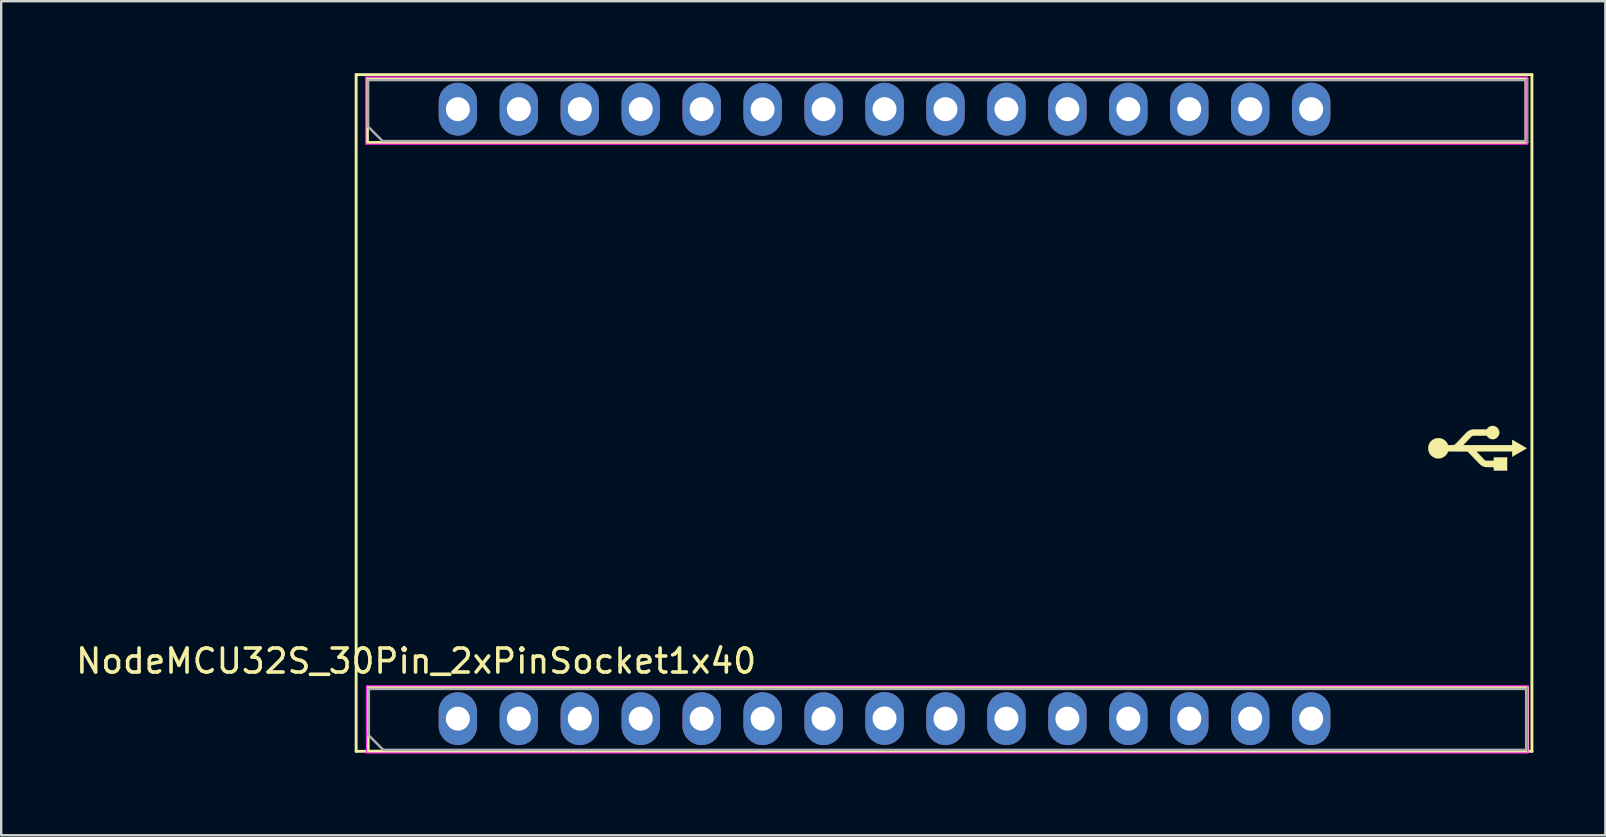
<source format=kicad_pcb>
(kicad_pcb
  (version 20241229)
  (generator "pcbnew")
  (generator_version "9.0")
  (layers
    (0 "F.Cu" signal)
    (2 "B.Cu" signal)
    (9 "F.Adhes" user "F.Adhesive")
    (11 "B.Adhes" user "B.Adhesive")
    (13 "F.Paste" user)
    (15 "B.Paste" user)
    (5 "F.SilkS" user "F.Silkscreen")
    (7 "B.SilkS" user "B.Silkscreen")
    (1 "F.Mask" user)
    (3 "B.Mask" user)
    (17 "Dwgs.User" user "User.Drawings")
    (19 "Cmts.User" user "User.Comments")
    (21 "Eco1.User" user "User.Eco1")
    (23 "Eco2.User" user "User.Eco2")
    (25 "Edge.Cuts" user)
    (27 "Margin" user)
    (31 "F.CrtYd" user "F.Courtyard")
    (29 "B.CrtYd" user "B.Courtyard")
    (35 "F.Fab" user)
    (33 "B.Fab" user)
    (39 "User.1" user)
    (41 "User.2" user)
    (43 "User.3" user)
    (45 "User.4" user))
  (footprint "NodeMCU32S_30Pin_2xPinSocket1x40"
    (layer "F.Cu")
    (at 13.492 26.9)
    (property "Reference" "NodeMCU32S_30Pin_2xPinSocket1x40" (at 0.8 -2.4 180) (layer "F.SilkS") (effects (font (size 1 1) (thickness 0.15))))
    (attr through_hole)
    (fp_line (start -1.7 -26.84) (end 47.3 -26.84) (stroke (width 0.12) (type solid)) (layer "F.SilkS"))
    (fp_line (start -1.7 1.36) (end -1.7 -26.84) (stroke (width 0.12) (type solid)) (layer "F.SilkS"))
    (fp_line (start -1.23 -26.67) (end 47.09 -26.67) (stroke (width 0.12) (type solid)) (layer "F.SilkS"))
    (fp_line (start -1.23 -24.01) (end -1.23 -26.67) (stroke (width 0.12) (type solid)) (layer "F.SilkS"))
    (fp_line (start -1.23 -24.01) (end 47.09 -24.01) (stroke (width 0.12) (type solid)) (layer "F.SilkS"))
    (fp_line (start -1.2 -1.3) (end 47.12 -1.3) (stroke (width 0.12) (type solid)) (layer "F.SilkS"))
    (fp_line (start -1.2 1.36) (end -1.2 -1.3) (stroke (width 0.12) (type solid)) (layer "F.SilkS"))
    (fp_line (start -1.2 1.36) (end 47.12 1.36) (stroke (width 0.12) (type solid)) (layer "F.SilkS"))
    (fp_line (start 47.09 -24.01) (end 47.09 -26.67) (stroke (width 0.12) (type solid)) (layer "F.SilkS"))
    (fp_line (start 47.12 1.36) (end 47.12 -1.3) (stroke (width 0.12) (type solid)) (layer "F.SilkS"))
    (fp_line (start 47.3 -26.84) (end 47.3 1.36) (stroke (width 0.12) (type solid)) (layer "F.SilkS"))
    (fp_line (start 47.3 1.36) (end -1.7 1.36) (stroke (width 0.12) (type solid)) (layer "F.SilkS"))
    (fp_poly (pts (xy 47.076 -11.265) (xy 47.066 -11.259) (xy 47.049 -11.248) (xy 47.026 -11.235) (xy 46.999 -11.219) (xy 46.966 -11.2) (xy 46.93 -11.178) (xy 46.89 -11.155) (xy 46.847 -11.13) (xy 46.802 -11.104) (xy 46.778 -11.091) (xy 46.478 -10.917) (xy 46.477 -11.027) (xy 46.476 -11.137) (xy 45.731 -11.137) (xy 45.652 -11.137) (xy 45.575 -11.137) (xy 45.502 -11.137) (xy 45.431 -11.137) (xy 45.364 -11.137) (xy 45.301 -11.137) (xy 45.243 -11.137) (xy 45.189 -11.137) (xy 45.141 -11.137) (xy 45.098 -11.136) (xy 45.062 -11.136) (xy 45.032 -11.136) (xy 45.009 -11.136) (xy 44.994 -11.136) (xy 44.986 -11.136) (xy 44.986 -11.135) (xy 44.988 -11.132) (xy 44.997 -11.123) (xy 45.009 -11.109) (xy 45.026 -11.091) (xy 45.046 -11.069) (xy 45.069 -11.045) (xy 45.094 -11.019) (xy 45.121 -10.991) (xy 45.148 -10.962) (xy 45.176 -10.933) (xy 45.203 -10.905) (xy 45.23 -10.877) (xy 45.254 -10.852) (xy 45.277 -10.829) (xy 45.297 -10.808) (xy 45.313 -10.792) (xy 45.325 -10.78) (xy 45.332 -10.773) (xy 45.333 -10.772) (xy 45.347 -10.764) (xy 45.364 -10.755) (xy 45.373 -10.752) (xy 45.379 -10.75) (xy 45.386 -10.748) (xy 45.395 -10.747) (xy 45.406 -10.746) (xy 45.42 -10.745) (xy 45.438 -10.744) (xy 45.461 -10.744) (xy 45.49 -10.744) (xy 45.527 -10.744) (xy 45.555 -10.744) (xy 45.714 -10.744) (xy 45.714 -10.888) (xy 46.264 -10.888) (xy 46.264 -10.337) (xy 45.714 -10.337) (xy 45.714 -10.485) (xy 45.535 -10.486) (xy 45.356 -10.488) (xy 45.318 -10.5) (xy 45.277 -10.515) (xy 45.235 -10.534) (xy 45.195 -10.556) (xy 45.161 -10.579) (xy 45.161 -10.579) (xy 45.15 -10.589) (xy 45.133 -10.604) (xy 45.111 -10.626) (xy 45.083 -10.654) (xy 45.05 -10.688) (xy 45.011 -10.729) (xy 44.966 -10.775) (xy 44.916 -10.828) (xy 44.885 -10.861) (xy 44.84 -10.908) (xy 44.8 -10.95) (xy 44.765 -10.986) (xy 44.736 -11.017) (xy 44.71 -11.043) (xy 44.688 -11.065) (xy 44.671 -11.083) (xy 44.656 -11.098) (xy 44.644 -11.109) (xy 44.635 -11.117) (xy 44.628 -11.122) (xy 44.623 -11.125) (xy 44.623 -11.125) (xy 44.603 -11.135) (xy 43.804 -11.138) (xy 43.801 -11.129) (xy 43.799 -11.121) (xy 43.793 -11.108) (xy 43.786 -11.092) (xy 43.783 -11.086) (xy 43.753 -11.034) (xy 43.717 -10.987) (xy 43.675 -10.946) (xy 43.628 -10.911) (xy 43.575 -10.883) (xy 43.519 -10.862) (xy 43.501 -10.857) (xy 43.469 -10.851) (xy 43.433 -10.848) (xy 43.394 -10.847) (xy 43.357 -10.849) (xy 43.322 -10.853) (xy 43.301 -10.857) (xy 43.242 -10.877) (xy 43.188 -10.904) (xy 43.139 -10.937) (xy 43.096 -10.977) (xy 43.063 -11.016) (xy 43.031 -11.065) (xy 43.007 -11.116) (xy 42.991 -11.17) (xy 42.983 -11.227) (xy 42.981 -11.254) (xy 42.981 -11.276) (xy 42.981 -11.295) (xy 42.981 -11.31) (xy 42.981 -11.319) (xy 42.982 -11.319) (xy 42.991 -11.363) (xy 43.001 -11.4) (xy 43.012 -11.432) (xy 43.026 -11.463) (xy 43.038 -11.484) (xy 43.072 -11.532) (xy 43.111 -11.574) (xy 43.154 -11.611) (xy 43.202 -11.641) (xy 43.254 -11.664) (xy 43.307 -11.68) (xy 43.363 -11.689) (xy 43.42 -11.691) (xy 43.477 -11.685) (xy 43.527 -11.672) (xy 43.578 -11.652) (xy 43.627 -11.626) (xy 43.672 -11.593) (xy 43.711 -11.557) (xy 43.731 -11.534) (xy 43.744 -11.517) (xy 43.757 -11.495) (xy 43.771 -11.472) (xy 43.784 -11.449) (xy 43.794 -11.429) (xy 43.8 -11.413) (xy 43.801 -11.409) (xy 43.804 -11.399) (xy 43.926 -11.401) (xy 44.048 -11.402) (xy 44.077 -11.416) (xy 44.082 -11.419) (xy 44.087 -11.422) (xy 44.093 -11.426) (xy 44.1 -11.432) (xy 44.108 -11.439) (xy 44.118 -11.448) (xy 44.13 -11.46) (xy 44.145 -11.474) (xy 44.163 -11.492) (xy 44.184 -11.514) (xy 44.209 -11.54) (xy 44.238 -11.571) (xy 44.271 -11.606) (xy 44.31 -11.647) (xy 44.352 -11.692) (xy 44.397 -11.739) (xy 44.436 -11.78) (xy 44.47 -11.816) (xy 44.499 -11.846) (xy 44.525 -11.873) (xy 44.546 -11.895) (xy 44.565 -11.914) (xy 44.58 -11.929) (xy 44.593 -11.941) (xy 44.604 -11.952) (xy 44.613 -11.96) (xy 44.621 -11.966) (xy 44.628 -11.971) (xy 44.635 -11.976) (xy 44.691 -12.007) (xy 44.751 -12.031) (xy 44.814 -12.047) (xy 44.843 -12.052) (xy 44.855 -12.053) (xy 44.874 -12.053) (xy 44.902 -12.054) (xy 44.936 -12.055) (xy 44.977 -12.055) (xy 45.024 -12.056) (xy 45.077 -12.056) (xy 45.136 -12.056) (xy 45.149 -12.056) (xy 45.421 -12.056) (xy 45.432 -12.076) (xy 45.445 -12.094) (xy 45.463 -12.114) (xy 45.484 -12.134) (xy 45.505 -12.151) (xy 45.52 -12.161) (xy 45.563 -12.182) (xy 45.608 -12.195) (xy 45.654 -12.2) (xy 45.701 -12.197) (xy 45.747 -12.187) (xy 45.789 -12.17) (xy 45.829 -12.146) (xy 45.863 -12.116) (xy 45.891 -12.08) (xy 45.914 -12.041) (xy 45.929 -11.999) (xy 45.938 -11.955) (xy 45.94 -11.909) (xy 45.934 -11.864) (xy 45.924 -11.829) (xy 45.904 -11.788) (xy 45.878 -11.75) (xy 45.846 -11.717) (xy 45.809 -11.689) (xy 45.768 -11.668) (xy 45.731 -11.655) (xy 45.704 -11.651) (xy 45.672 -11.649) (xy 45.64 -11.65) (xy 45.61 -11.653) (xy 45.595 -11.656) (xy 45.561 -11.668) (xy 45.527 -11.685) (xy 45.495 -11.707) (xy 45.466 -11.731) (xy 45.443 -11.757) (xy 45.43 -11.776) (xy 45.42 -11.794) (xy 45.137 -11.794) (xy 45.081 -11.794) (xy 45.033 -11.794) (xy 44.992 -11.793) (xy 44.958 -11.793) (xy 44.929 -11.793) (xy 44.906 -11.793) (xy 44.887 -11.792) (xy 44.872 -11.792) (xy 44.86 -11.791) (xy 44.851 -11.79) (xy 44.844 -11.789) (xy 44.837 -11.788) (xy 44.832 -11.786) (xy 44.828 -11.785) (xy 44.81 -11.777) (xy 44.791 -11.768) (xy 44.781 -11.76) (xy 44.775 -11.755) (xy 44.765 -11.745) (xy 44.75 -11.73) (xy 44.731 -11.711) (xy 44.71 -11.689) (xy 44.686 -11.664) (xy 44.66 -11.637) (xy 44.633 -11.609) (xy 44.606 -11.58) (xy 44.579 -11.551) (xy 44.552 -11.523) (xy 44.527 -11.497) (xy 44.504 -11.472) (xy 44.483 -11.45) (xy 44.466 -11.431) (xy 44.452 -11.417) (xy 44.443 -11.407) (xy 44.44 -11.402) (xy 44.44 -11.402) (xy 44.444 -11.402) (xy 44.456 -11.401) (xy 44.476 -11.401) (xy 44.503 -11.401) (xy 44.538 -11.401) (xy 44.579 -11.401) (xy 44.626 -11.401) (xy 44.679 -11.401) (xy 44.738 -11.4) (xy 44.802 -11.4) (xy 44.871 -11.4) (xy 44.944 -11.4) (xy 45.021 -11.4) (xy 45.102 -11.4) (xy 45.186 -11.4) (xy 45.274 -11.4) (xy 45.364 -11.4) (xy 45.456 -11.4) (xy 46.476 -11.4) (xy 46.476 -11.51) (xy 46.476 -11.54) (xy 46.476 -11.566) (xy 46.477 -11.588) (xy 46.478 -11.605) (xy 46.478 -11.616) (xy 46.479 -11.619) (xy 46.485 -11.616) (xy 46.498 -11.609) (xy 46.516 -11.599) (xy 46.54 -11.586) (xy 46.567 -11.57) (xy 46.599 -11.551) (xy 46.634 -11.531) (xy 46.671 -11.51) (xy 46.71 -11.487) (xy 46.75 -11.464) (xy 46.79 -11.44) (xy 46.831 -11.416) (xy 46.87 -11.393) (xy 46.908 -11.371) (xy 46.944 -11.349) (xy 46.977 -11.33) (xy 47.007 -11.312) (xy 47.033 -11.297) (xy 47.053 -11.285) (xy 47.068 -11.275) (xy 47.078 -11.27) (xy 47.08 -11.268) (xy 47.076 -11.265)) (stroke (width 0.01) (type solid)) (fill yes) (layer "F.SilkS"))
    (fp_line (start -2.4 -26.84) (end 5.8 -26.84) (stroke (width 0.12) (type solid)) (layer "Eco2.User"))
    (fp_line (start -2.4 1.8) (end -2.4 -26.84) (stroke (width 0.12) (type solid)) (layer "Eco2.User"))
    (fp_line (start 5.8 -26.84) (end 5.8 1.8) (stroke (width 0.12) (type solid)) (layer "Eco2.User"))
    (fp_line (start 5.8 1.8) (end -2.4 1.8) (stroke (width 0.12) (type solid)) (layer "Eco2.User"))
    (fp_line (start -1.3 -26.74) (end -1.3 -23.94) (stroke (width 0.05) (type solid)) (layer "F.CrtYd"))
    (fp_line (start -1.3 -23.94) (end 47.1 -23.94) (stroke (width 0.05) (type solid)) (layer "F.CrtYd"))
    (fp_line (start -1.27 -1.37) (end -1.27 1.43) (stroke (width 0.05) (type solid)) (layer "F.CrtYd"))
    (fp_line (start -1.27 1.43) (end 47.13 1.43) (stroke (width 0.05) (type solid)) (layer "F.CrtYd"))
    (fp_line (start 47.1 -26.74) (end -1.3 -26.74) (stroke (width 0.05) (type solid)) (layer "F.CrtYd"))
    (fp_line (start 47.1 -23.94) (end 47.1 -26.74) (stroke (width 0.05) (type solid)) (layer "F.CrtYd"))
    (fp_line (start 47.13 -1.37) (end -1.27 -1.37) (stroke (width 0.05) (type solid)) (layer "F.CrtYd"))
    (fp_line (start 47.13 1.43) (end 47.13 -1.37) (stroke (width 0.05) (type solid)) (layer "F.CrtYd"))
    (fp_line (start -1.2 -26.61) (end 47.03 -26.61) (stroke (width 0.1) (type solid)) (layer "F.Fab"))
    (fp_line (start -1.2 -24.705) (end -1.2 -26.61) (stroke (width 0.1) (type solid)) (layer "F.Fab"))
    (fp_line (start -1.17 -1.24) (end 47.06 -1.24) (stroke (width 0.1) (type solid)) (layer "F.Fab"))
    (fp_line (start -1.17 0.665) (end -1.17 -1.24) (stroke (width 0.1) (type solid)) (layer "F.Fab"))
    (fp_line (start -0.6 -24.07) (end -1.235 -24.705) (stroke (width 0.1) (type solid)) (layer "F.Fab"))
    (fp_line (start -0.57 1.3) (end -1.205 0.665) (stroke (width 0.1) (type solid)) (layer "F.Fab"))
    (fp_line (start 47.03 -26.61) (end 47.03 -24.07) (stroke (width 0.1) (type solid)) (layer "F.Fab"))
    (fp_line (start 47.03 -24.07) (end -0.6 -24.07) (stroke (width 0.1) (type solid)) (layer "F.Fab"))
    (fp_line (start 47.06 -1.24) (end 47.06 1.3) (stroke (width 0.1) (type solid)) (layer "F.Fab"))
    (fp_line (start 47.06 1.3) (end -0.57 1.3) (stroke (width 0.1) (type solid)) (layer "F.Fab"))
    (fp_text user "Antenna" (at 0.3 -11.5 90) (layer "Eco2.User") (effects (font (size 2 2) (thickness 0.3))))
    (pad "1" thru_hole oval (at 7.62 -25.4 180) (size 1.6 2.2) (drill 1) (layers "*.Cu" "*.Mask"))
    (pad "2" thru_hole oval (at 30.48 -25.4 180) (size 1.6 2.2) (drill 1) (layers "*.Cu" "*.Mask"))
    (pad "3" thru_hole oval (at 10.16 -25.4 180) (size 1.6 2.2) (drill 1) (layers "*.Cu" "*.Mask"))
    (pad "4" thru_hole oval (at 27.94 -25.4 180) (size 1.6 2.2) (drill 1) (layers "*.Cu" "*.Mask"))
    (pad "5" thru_hole oval (at 20.32 -25.4 180) (size 1.6 2.2) (drill 1) (layers "*.Cu" "*.Mask"))
    (pad "12" thru_hole oval (at 30.48 0) (size 1.6 2.2) (drill 1) (layers "*.Cu" "*.Mask"))
    (pad "13" thru_hole oval (at 33.02 0) (size 1.6 2.2) (drill 1) (layers "*.Cu" "*.Mask"))
    (pad "14" thru_hole oval (at 27.94 0) (size 1.6 2.2) (drill 1) (layers "*.Cu" "*.Mask"))
    (pad "15" thru_hole oval (at 33.02 -25.4 180) (size 1.6 2.2) (drill 1) (layers "*.Cu" "*.Mask"))
    (pad "16" thru_hole oval (at 25.4 -25.4 180) (size 1.6 2.2) (drill 1) (layers "*.Cu" "*.Mask"))
    (pad "17" thru_hole oval (at 22.86 -25.4 180) (size 1.6 2.2) (drill 1) (layers "*.Cu" "*.Mask"))
    (pad "18" thru_hole oval (at 17.78 -25.4 180) (size 1.6 2.2) (drill 1) (layers "*.Cu" "*.Mask"))
    (pad "19" thru_hole oval (at 15.24 -25.392 180) (size 1.6 2.2) (drill 1) (layers "*.Cu" "*.Mask"))
    (pad "21" thru_hole oval (at 12.7 -25.4 180) (size 1.6 2.2) (drill 1) (layers "*.Cu" "*.Mask"))
    (pad "22" thru_hole oval (at 5.08 -25.4 180) (size 1.6 2.2) (drill 1) (layers "*.Cu" "*.Mask"))
    (pad "23" thru_hole oval (at 2.54 -25.4 180) (size 1.6 2.2) (drill 1) (layers "*.Cu" "*.Mask"))
    (pad "25" thru_hole oval (at 20.32 -0.008) (size 1.6 2.2) (drill 1) (layers "*.Cu" "*.Mask"))
    (pad "26" thru_hole oval (at 22.86 0) (size 1.6 2.2) (drill 1) (layers "*.Cu" "*.Mask"))
    (pad "27" thru_hole oval (at 25.4 0) (size 1.6 2.2) (drill 1) (layers "*.Cu" "*.Mask"))
    (pad "32" thru_hole oval (at 15.24 0) (size 1.6 2.2) (drill 1) (layers "*.Cu" "*.Mask"))
    (pad "33" thru_hole oval (at 17.78 0) (size 1.6 2.2) (drill 1) (layers "*.Cu" "*.Mask"))
    (pad "34" thru_hole oval (at 10.16 0) (size 1.6 2.2) (drill 1) (layers "*.Cu" "*.Mask"))
    (pad "35" thru_hole oval (at 12.7 0) (size 1.6 2.2) (drill 1) (layers "*.Cu" "*.Mask"))
    (pad "36" thru_hole oval (at 5.08 0) (size 1.6 2.2) (drill 1) (layers "*.Cu" "*.Mask"))
    (pad "39" thru_hole oval (at 7.62 0) (size 1.6 2.2) (drill 1) (layers "*.Cu" "*.Mask"))
    (pad "110" thru_hole oval (at 38.1 0) (size 1.6 2.2) (drill 1) (layers "*.Cu" "*.Mask"))
    (pad "120" thru_hole oval (at 35.56 0) (size 1.6 2.2) (drill 1) (layers "*.Cu" "*.Mask"))
    (pad "230" thru_hole oval (at 35.56 -25.4 180) (size 1.6 2.2) (drill 1) (layers "*.Cu" "*.Mask"))
    (pad "360" thru_hole oval (at 2.54 0) (size 1.6 2.2) (drill 1) (layers "*.Cu" "*.Mask"))
    (pad "361" thru_hole oval (at 38.1 -25.4 180) (size 1.6 2.2) (drill 1) (layers "*.Cu" "*.Mask")))
  (gr_rect
    (start -3 -3)
    (end 63.852 31.76)
    (stroke (width 0.1) (type default))
    (fill no)
    (layer "Edge.Cuts")))
</source>
